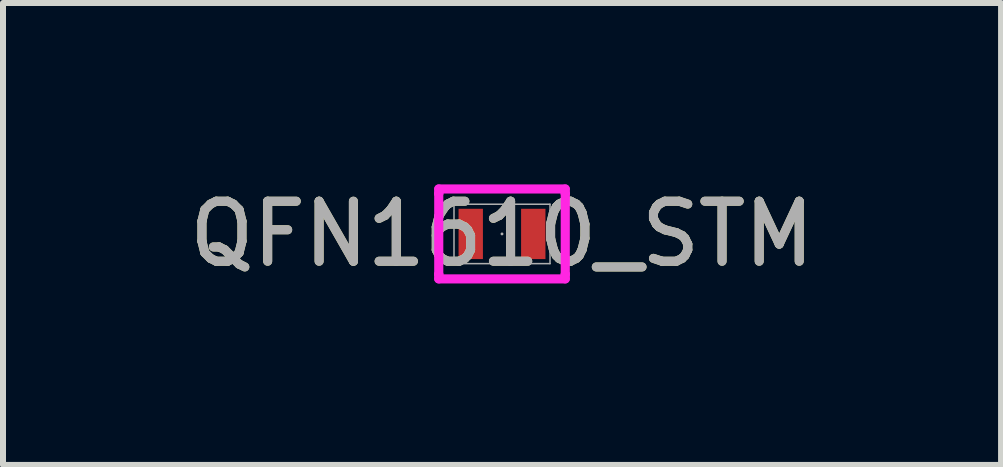
<source format=kicad_pcb>
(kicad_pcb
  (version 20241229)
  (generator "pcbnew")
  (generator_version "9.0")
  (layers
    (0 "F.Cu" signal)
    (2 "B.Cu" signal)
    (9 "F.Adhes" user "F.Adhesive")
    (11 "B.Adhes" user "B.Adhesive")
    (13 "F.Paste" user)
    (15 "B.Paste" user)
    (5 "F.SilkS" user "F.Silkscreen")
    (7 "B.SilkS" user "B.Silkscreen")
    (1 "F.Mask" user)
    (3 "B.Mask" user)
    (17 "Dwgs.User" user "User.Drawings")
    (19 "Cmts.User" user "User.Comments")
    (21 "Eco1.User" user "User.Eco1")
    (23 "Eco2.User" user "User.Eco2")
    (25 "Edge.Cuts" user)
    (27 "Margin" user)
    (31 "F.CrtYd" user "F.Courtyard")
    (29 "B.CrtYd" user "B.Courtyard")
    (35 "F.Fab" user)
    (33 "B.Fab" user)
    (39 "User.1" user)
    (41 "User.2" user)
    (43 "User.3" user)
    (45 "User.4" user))
  (footprint "QFN1610_STM"
    (layer "F.Cu")
    (at 5.315 0.848)
    (property "Reference" "QFN1610_STM" (at 0 0 0) (unlocked yes) (layer "F.SilkS") (effects (font (size 1 1) (thickness 0.15))))
    (attr smd)
    (fp_line (start -1.054 -0.749) (end 1.054 -0.749) (stroke (width 0.152) (type solid)) (layer "F.CrtYd"))
    (fp_line (start -1.054 -0.673) (end -1.054 -0.749) (stroke (width 0.152) (type solid)) (layer "F.CrtYd"))
    (fp_line (start -1.054 -0.673) (end -1.054 -0.673) (stroke (width 0.152) (type solid)) (layer "F.CrtYd"))
    (fp_line (start -1.054 0.673) (end -1.054 -0.673) (stroke (width 0.152) (type solid)) (layer "F.CrtYd"))
    (fp_line (start -1.054 0.673) (end -1.054 0.673) (stroke (width 0.152) (type solid)) (layer "F.CrtYd"))
    (fp_line (start -1.054 0.749) (end -1.054 0.673) (stroke (width 0.152) (type solid)) (layer "F.CrtYd"))
    (fp_line (start 1.054 -0.749) (end 1.054 -0.673) (stroke (width 0.152) (type solid)) (layer "F.CrtYd"))
    (fp_line (start 1.054 -0.673) (end 1.054 -0.673) (stroke (width 0.152) (type solid)) (layer "F.CrtYd"))
    (fp_line (start 1.054 -0.673) (end 1.054 0.673) (stroke (width 0.152) (type solid)) (layer "F.CrtYd"))
    (fp_line (start 1.054 0.673) (end 1.054 0.673) (stroke (width 0.152) (type solid)) (layer "F.CrtYd"))
    (fp_line (start 1.054 0.673) (end 1.054 0.749) (stroke (width 0.152) (type solid)) (layer "F.CrtYd"))
    (fp_line (start 1.054 0.749) (end -1.054 0.749) (stroke (width 0.152) (type solid)) (layer "F.CrtYd"))
    (fp_line (start -0.8 -0.495) (end -0.8 0.495) (stroke (width 0.025) (type solid)) (layer "F.Fab"))
    (fp_line (start -0.8 0.495) (end 0.8 0.495) (stroke (width 0.025) (type solid)) (layer "F.Fab"))
    (fp_line (start 0.8 -0.495) (end -0.8 -0.495) (stroke (width 0.025) (type solid)) (layer "F.Fab"))
    (fp_line (start 0.8 0.495) (end 0.8 -0.495) (stroke (width 0.025) (type solid)) (layer "F.Fab"))
    (fp_circle (center 0 0) (end 0 0) (stroke (width 0.025) (type solid)) (fill no) (layer "F.Fab"))
    (fp_text user "${REFERENCE}" (at 0 0 0) (unlocked yes) (layer "F.Fab") (effects (font (size 1 1) (thickness 0.15))))
    (pad "1" smd rect (at -0.521 0) (size 0.406 0.838) (layers "F.Cu" "F.Mask" "F.Paste"))
    (pad "2" smd rect (at 0.521 0) (size 0.406 0.838) (layers "F.Cu" "F.Mask" "F.Paste")))
  (gr_rect
    (start -3 -3)
    (end 13.631 4.697)
    (stroke (width 0.1) (type default))
    (fill no)
    (layer "Edge.Cuts")))
</source>
